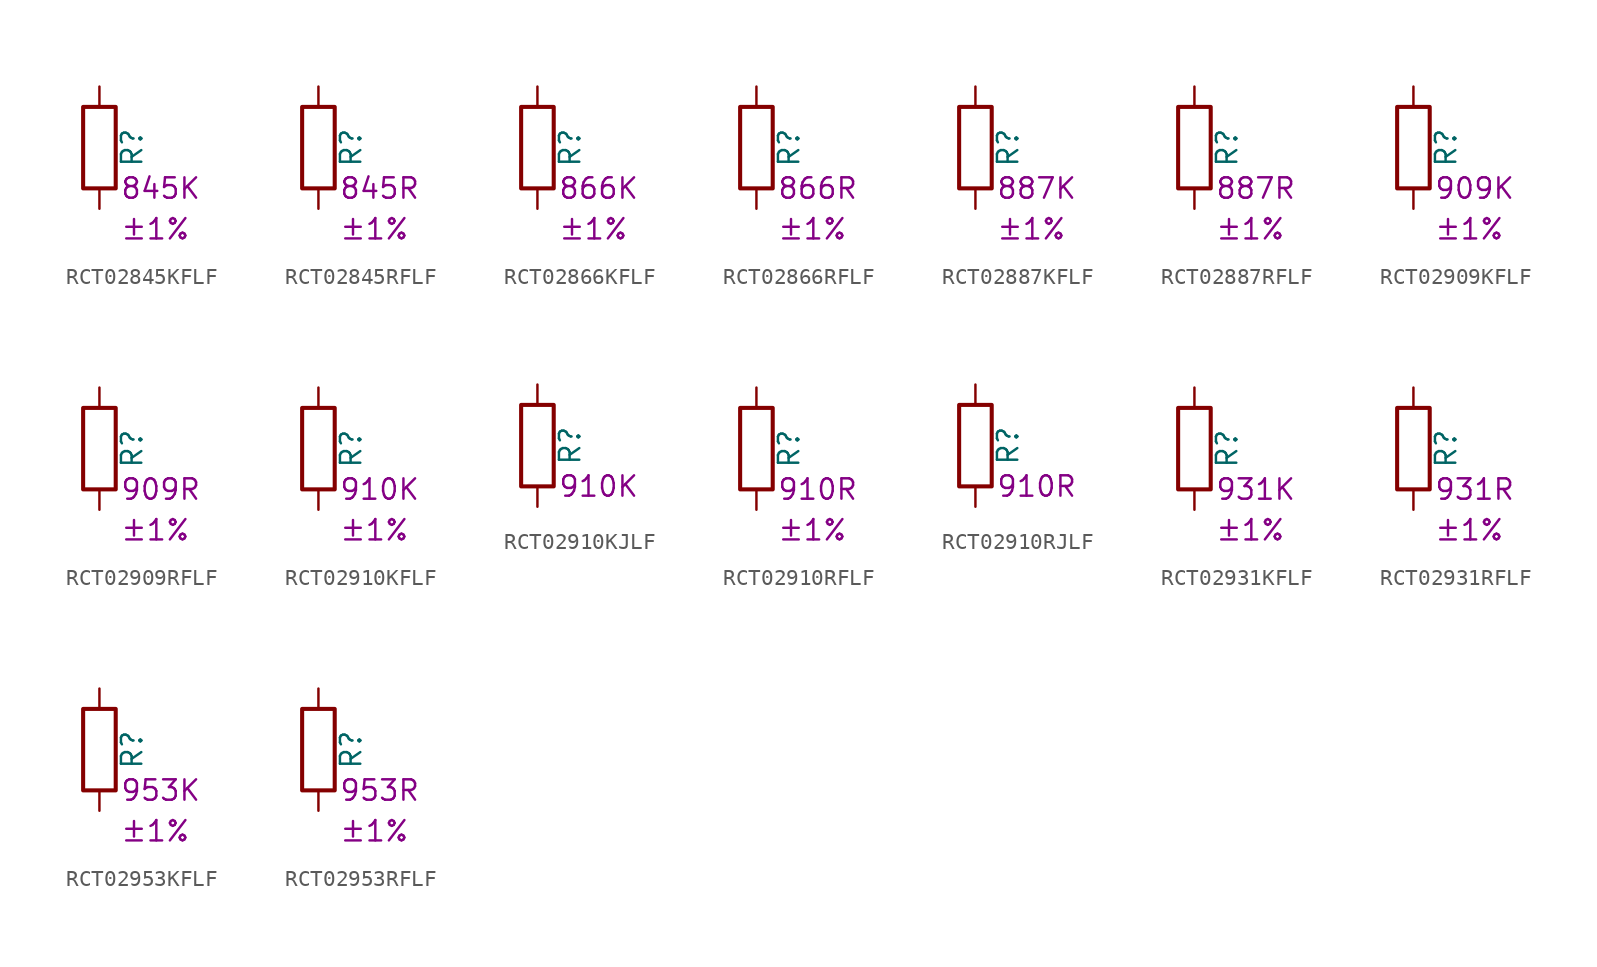
<source format=kicad_sym>
(kicad_symbol_lib
  (version 20220914)
  (generator kicad_symbol_editor)
  (symbol "RCT02845KFLF"
    (pin_numbers hide)
    (pin_names
      (offset 0))
    (property "Reference" "R"
      (at 2.032 0 90)
      (effects (font (size 1.27 1.27))))
    (property "Resistance" "845K"
      (at 1.27 -2.54 0)
      (effects (font (size 1.27 1.27)) (justify left)))
    (property "Tolerance" "±1%"
      (at 1.27 -5.08 0)
      (effects (font (size 1.27 1.27)) (justify left)))
    (symbol "RCT02845KFLF_0_1"
      (rectangle (start -1.016 -2.54) (end 1.016 2.54) (stroke (width 0.254) (type default)) (fill (type none))))
    (symbol "RCT02845KFLF_1_1"
      (pin passive line (at 0 3.81 270) (length 1.27) (name "~" (effects (font (size 1.27 1.27)))) (number "1" (effects (font (size 1.27 1.27)))))
      (pin passive line (at 0 -3.81 90) (length 1.27) (name "~" (effects (font (size 1.27 1.27)))) (number "2" (effects (font (size 1.27 1.27)))))))
  (symbol "RCT02845RFLF"
    (pin_numbers hide)
    (pin_names
      (offset 0))
    (property "Reference" "R"
      (at 2.032 0 90)
      (effects (font (size 1.27 1.27))))
    (property "Resistance" "845R"
      (at 1.27 -2.54 0)
      (effects (font (size 1.27 1.27)) (justify left)))
    (property "Tolerance" "±1%"
      (at 1.27 -5.08 0)
      (effects (font (size 1.27 1.27)) (justify left)))
    (symbol "RCT02845RFLF_0_1"
      (rectangle (start -1.016 -2.54) (end 1.016 2.54) (stroke (width 0.254) (type default)) (fill (type none))))
    (symbol "RCT02845RFLF_1_1"
      (pin passive line (at 0 3.81 270) (length 1.27) (name "~" (effects (font (size 1.27 1.27)))) (number "1" (effects (font (size 1.27 1.27)))))
      (pin passive line (at 0 -3.81 90) (length 1.27) (name "~" (effects (font (size 1.27 1.27)))) (number "2" (effects (font (size 1.27 1.27)))))))
  (symbol "RCT02866KFLF"
    (pin_numbers hide)
    (pin_names
      (offset 0))
    (property "Reference" "R"
      (at 2.032 0 90)
      (effects (font (size 1.27 1.27))))
    (property "Resistance" "866K"
      (at 1.27 -2.54 0)
      (effects (font (size 1.27 1.27)) (justify left)))
    (property "Tolerance" "±1%"
      (at 1.27 -5.08 0)
      (effects (font (size 1.27 1.27)) (justify left)))
    (symbol "RCT02866KFLF_0_1"
      (rectangle (start -1.016 -2.54) (end 1.016 2.54) (stroke (width 0.254) (type default)) (fill (type none))))
    (symbol "RCT02866KFLF_1_1"
      (pin passive line (at 0 3.81 270) (length 1.27) (name "~" (effects (font (size 1.27 1.27)))) (number "1" (effects (font (size 1.27 1.27)))))
      (pin passive line (at 0 -3.81 90) (length 1.27) (name "~" (effects (font (size 1.27 1.27)))) (number "2" (effects (font (size 1.27 1.27)))))))
  (symbol "RCT02866RFLF"
    (pin_numbers hide)
    (pin_names
      (offset 0))
    (property "Reference" "R"
      (at 2.032 0 90)
      (effects (font (size 1.27 1.27))))
    (property "Resistance" "866R"
      (at 1.27 -2.54 0)
      (effects (font (size 1.27 1.27)) (justify left)))
    (property "Tolerance" "±1%"
      (at 1.27 -5.08 0)
      (effects (font (size 1.27 1.27)) (justify left)))
    (symbol "RCT02866RFLF_0_1"
      (rectangle (start -1.016 -2.54) (end 1.016 2.54) (stroke (width 0.254) (type default)) (fill (type none))))
    (symbol "RCT02866RFLF_1_1"
      (pin passive line (at 0 3.81 270) (length 1.27) (name "~" (effects (font (size 1.27 1.27)))) (number "1" (effects (font (size 1.27 1.27)))))
      (pin passive line (at 0 -3.81 90) (length 1.27) (name "~" (effects (font (size 1.27 1.27)))) (number "2" (effects (font (size 1.27 1.27)))))))
  (symbol "RCT02887KFLF"
    (pin_numbers hide)
    (pin_names
      (offset 0))
    (property "Reference" "R"
      (at 2.032 0 90)
      (effects (font (size 1.27 1.27))))
    (property "Resistance" "887K"
      (at 1.27 -2.54 0)
      (effects (font (size 1.27 1.27)) (justify left)))
    (property "Tolerance" "±1%"
      (at 1.27 -5.08 0)
      (effects (font (size 1.27 1.27)) (justify left)))
    (symbol "RCT02887KFLF_0_1"
      (rectangle (start -1.016 -2.54) (end 1.016 2.54) (stroke (width 0.254) (type default)) (fill (type none))))
    (symbol "RCT02887KFLF_1_1"
      (pin passive line (at 0 3.81 270) (length 1.27) (name "~" (effects (font (size 1.27 1.27)))) (number "1" (effects (font (size 1.27 1.27)))))
      (pin passive line (at 0 -3.81 90) (length 1.27) (name "~" (effects (font (size 1.27 1.27)))) (number "2" (effects (font (size 1.27 1.27)))))))
  (symbol "RCT02887RFLF"
    (pin_numbers hide)
    (pin_names
      (offset 0))
    (property "Reference" "R"
      (at 2.032 0 90)
      (effects (font (size 1.27 1.27))))
    (property "Resistance" "887R"
      (at 1.27 -2.54 0)
      (effects (font (size 1.27 1.27)) (justify left)))
    (property "Tolerance" "±1%"
      (at 1.27 -5.08 0)
      (effects (font (size 1.27 1.27)) (justify left)))
    (symbol "RCT02887RFLF_0_1"
      (rectangle (start -1.016 -2.54) (end 1.016 2.54) (stroke (width 0.254) (type default)) (fill (type none))))
    (symbol "RCT02887RFLF_1_1"
      (pin passive line (at 0 3.81 270) (length 1.27) (name "~" (effects (font (size 1.27 1.27)))) (number "1" (effects (font (size 1.27 1.27)))))
      (pin passive line (at 0 -3.81 90) (length 1.27) (name "~" (effects (font (size 1.27 1.27)))) (number "2" (effects (font (size 1.27 1.27)))))))
  (symbol "RCT02909KFLF"
    (pin_numbers hide)
    (pin_names
      (offset 0))
    (property "Reference" "R"
      (at 2.032 0 90)
      (effects (font (size 1.27 1.27))))
    (property "Resistance" "909K"
      (at 1.27 -2.54 0)
      (effects (font (size 1.27 1.27)) (justify left)))
    (property "Tolerance" "±1%"
      (at 1.27 -5.08 0)
      (effects (font (size 1.27 1.27)) (justify left)))
    (symbol "RCT02909KFLF_0_1"
      (rectangle (start -1.016 -2.54) (end 1.016 2.54) (stroke (width 0.254) (type default)) (fill (type none))))
    (symbol "RCT02909KFLF_1_1"
      (pin passive line (at 0 3.81 270) (length 1.27) (name "~" (effects (font (size 1.27 1.27)))) (number "1" (effects (font (size 1.27 1.27)))))
      (pin passive line (at 0 -3.81 90) (length 1.27) (name "~" (effects (font (size 1.27 1.27)))) (number "2" (effects (font (size 1.27 1.27)))))))
  (symbol "RCT02909RFLF"
    (pin_numbers hide)
    (pin_names
      (offset 0))
    (property "Reference" "R"
      (at 2.032 0 90)
      (effects (font (size 1.27 1.27))))
    (property "Resistance" "909R"
      (at 1.27 -2.54 0)
      (effects (font (size 1.27 1.27)) (justify left)))
    (property "Tolerance" "±1%"
      (at 1.27 -5.08 0)
      (effects (font (size 1.27 1.27)) (justify left)))
    (symbol "RCT02909RFLF_0_1"
      (rectangle (start -1.016 -2.54) (end 1.016 2.54) (stroke (width 0.254) (type default)) (fill (type none))))
    (symbol "RCT02909RFLF_1_1"
      (pin passive line (at 0 3.81 270) (length 1.27) (name "~" (effects (font (size 1.27 1.27)))) (number "1" (effects (font (size 1.27 1.27)))))
      (pin passive line (at 0 -3.81 90) (length 1.27) (name "~" (effects (font (size 1.27 1.27)))) (number "2" (effects (font (size 1.27 1.27)))))))
  (symbol "RCT02910KFLF"
    (pin_numbers hide)
    (pin_names
      (offset 0))
    (property "Reference" "R"
      (at 2.032 0 90)
      (effects (font (size 1.27 1.27))))
    (property "Resistance" "910K"
      (at 1.27 -2.54 0)
      (effects (font (size 1.27 1.27)) (justify left)))
    (property "Tolerance" "±1%"
      (at 1.27 -5.08 0)
      (effects (font (size 1.27 1.27)) (justify left)))
    (symbol "RCT02910KFLF_0_1"
      (rectangle (start -1.016 -2.54) (end 1.016 2.54) (stroke (width 0.254) (type default)) (fill (type none))))
    (symbol "RCT02910KFLF_1_1"
      (pin passive line (at 0 3.81 270) (length 1.27) (name "~" (effects (font (size 1.27 1.27)))) (number "1" (effects (font (size 1.27 1.27)))))
      (pin passive line (at 0 -3.81 90) (length 1.27) (name "~" (effects (font (size 1.27 1.27)))) (number "2" (effects (font (size 1.27 1.27)))))))
  (symbol "RCT02910KJLF"
    (pin_numbers hide)
    (pin_names
      (offset 0))
    (property "Reference" "R"
      (at 2.032 0 90)
      (effects (font (size 1.27 1.27))))
    (property "Resistance" "910K"
      (at 1.27 -2.54 0)
      (effects (font (size 1.27 1.27)) (justify left)))
    (symbol "RCT02910KJLF_0_1"
      (rectangle (start -1.016 -2.54) (end 1.016 2.54) (stroke (width 0.254) (type default)) (fill (type none))))
    (symbol "RCT02910KJLF_1_1"
      (pin passive line (at 0 3.81 270) (length 1.27) (name "~" (effects (font (size 1.27 1.27)))) (number "1" (effects (font (size 1.27 1.27)))))
      (pin passive line (at 0 -3.81 90) (length 1.27) (name "~" (effects (font (size 1.27 1.27)))) (number "2" (effects (font (size 1.27 1.27)))))))
  (symbol "RCT02910RFLF"
    (pin_numbers hide)
    (pin_names
      (offset 0))
    (property "Reference" "R"
      (at 2.032 0 90)
      (effects (font (size 1.27 1.27))))
    (property "Resistance" "910R"
      (at 1.27 -2.54 0)
      (effects (font (size 1.27 1.27)) (justify left)))
    (property "Tolerance" "±1%"
      (at 1.27 -5.08 0)
      (effects (font (size 1.27 1.27)) (justify left)))
    (symbol "RCT02910RFLF_0_1"
      (rectangle (start -1.016 -2.54) (end 1.016 2.54) (stroke (width 0.254) (type default)) (fill (type none))))
    (symbol "RCT02910RFLF_1_1"
      (pin passive line (at 0 3.81 270) (length 1.27) (name "~" (effects (font (size 1.27 1.27)))) (number "1" (effects (font (size 1.27 1.27)))))
      (pin passive line (at 0 -3.81 90) (length 1.27) (name "~" (effects (font (size 1.27 1.27)))) (number "2" (effects (font (size 1.27 1.27)))))))
  (symbol "RCT02910RJLF"
    (pin_numbers hide)
    (pin_names
      (offset 0))
    (property "Reference" "R"
      (at 2.032 0 90)
      (effects (font (size 1.27 1.27))))
    (property "Resistance" "910R"
      (at 1.27 -2.54 0)
      (effects (font (size 1.27 1.27)) (justify left)))
    (symbol "RCT02910RJLF_0_1"
      (rectangle (start -1.016 -2.54) (end 1.016 2.54) (stroke (width 0.254) (type default)) (fill (type none))))
    (symbol "RCT02910RJLF_1_1"
      (pin passive line (at 0 3.81 270) (length 1.27) (name "~" (effects (font (size 1.27 1.27)))) (number "1" (effects (font (size 1.27 1.27)))))
      (pin passive line (at 0 -3.81 90) (length 1.27) (name "~" (effects (font (size 1.27 1.27)))) (number "2" (effects (font (size 1.27 1.27)))))))
  (symbol "RCT02931KFLF"
    (pin_numbers hide)
    (pin_names
      (offset 0))
    (property "Reference" "R"
      (at 2.032 0 90)
      (effects (font (size 1.27 1.27))))
    (property "Resistance" "931K"
      (at 1.27 -2.54 0)
      (effects (font (size 1.27 1.27)) (justify left)))
    (property "Tolerance" "±1%"
      (at 1.27 -5.08 0)
      (effects (font (size 1.27 1.27)) (justify left)))
    (symbol "RCT02931KFLF_0_1"
      (rectangle (start -1.016 -2.54) (end 1.016 2.54) (stroke (width 0.254) (type default)) (fill (type none))))
    (symbol "RCT02931KFLF_1_1"
      (pin passive line (at 0 3.81 270) (length 1.27) (name "~" (effects (font (size 1.27 1.27)))) (number "1" (effects (font (size 1.27 1.27)))))
      (pin passive line (at 0 -3.81 90) (length 1.27) (name "~" (effects (font (size 1.27 1.27)))) (number "2" (effects (font (size 1.27 1.27)))))))
  (symbol "RCT02931RFLF"
    (pin_numbers hide)
    (pin_names
      (offset 0))
    (property "Reference" "R"
      (at 2.032 0 90)
      (effects (font (size 1.27 1.27))))
    (property "Resistance" "931R"
      (at 1.27 -2.54 0)
      (effects (font (size 1.27 1.27)) (justify left)))
    (property "Tolerance" "±1%"
      (at 1.27 -5.08 0)
      (effects (font (size 1.27 1.27)) (justify left)))
    (symbol "RCT02931RFLF_0_1"
      (rectangle (start -1.016 -2.54) (end 1.016 2.54) (stroke (width 0.254) (type default)) (fill (type none))))
    (symbol "RCT02931RFLF_1_1"
      (pin passive line (at 0 3.81 270) (length 1.27) (name "~" (effects (font (size 1.27 1.27)))) (number "1" (effects (font (size 1.27 1.27)))))
      (pin passive line (at 0 -3.81 90) (length 1.27) (name "~" (effects (font (size 1.27 1.27)))) (number "2" (effects (font (size 1.27 1.27)))))))
  (symbol "RCT02953KFLF"
    (pin_numbers hide)
    (pin_names
      (offset 0))
    (property "Reference" "R"
      (at 2.032 0 90)
      (effects (font (size 1.27 1.27))))
    (property "Resistance" "953K"
      (at 1.27 -2.54 0)
      (effects (font (size 1.27 1.27)) (justify left)))
    (property "Tolerance" "±1%"
      (at 1.27 -5.08 0)
      (effects (font (size 1.27 1.27)) (justify left)))
    (symbol "RCT02953KFLF_0_1"
      (rectangle (start -1.016 -2.54) (end 1.016 2.54) (stroke (width 0.254) (type default)) (fill (type none))))
    (symbol "RCT02953KFLF_1_1"
      (pin passive line (at 0 3.81 270) (length 1.27) (name "~" (effects (font (size 1.27 1.27)))) (number "1" (effects (font (size 1.27 1.27)))))
      (pin passive line (at 0 -3.81 90) (length 1.27) (name "~" (effects (font (size 1.27 1.27)))) (number "2" (effects (font (size 1.27 1.27)))))))
  (symbol "RCT02953RFLF"
    (pin_numbers hide)
    (pin_names
      (offset 0))
    (property "Reference" "R"
      (at 2.032 0 90)
      (effects (font (size 1.27 1.27))))
    (property "Resistance" "953R"
      (at 1.27 -2.54 0)
      (effects (font (size 1.27 1.27)) (justify left)))
    (property "Tolerance" "±1%"
      (at 1.27 -5.08 0)
      (effects (font (size 1.27 1.27)) (justify left)))
    (symbol "RCT02953RFLF_0_1"
      (rectangle (start -1.016 -2.54) (end 1.016 2.54) (stroke (width 0.254) (type default)) (fill (type none))))
    (symbol "RCT02953RFLF_1_1"
      (pin passive line (at 0 3.81 270) (length 1.27) (name "~" (effects (font (size 1.27 1.27)))) (number "1" (effects (font (size 1.27 1.27)))))
      (pin passive line (at 0 -3.81 90) (length 1.27) (name "~" (effects (font (size 1.27 1.27)))) (number "2" (effects (font (size 1.27 1.27))))))))
</source>
